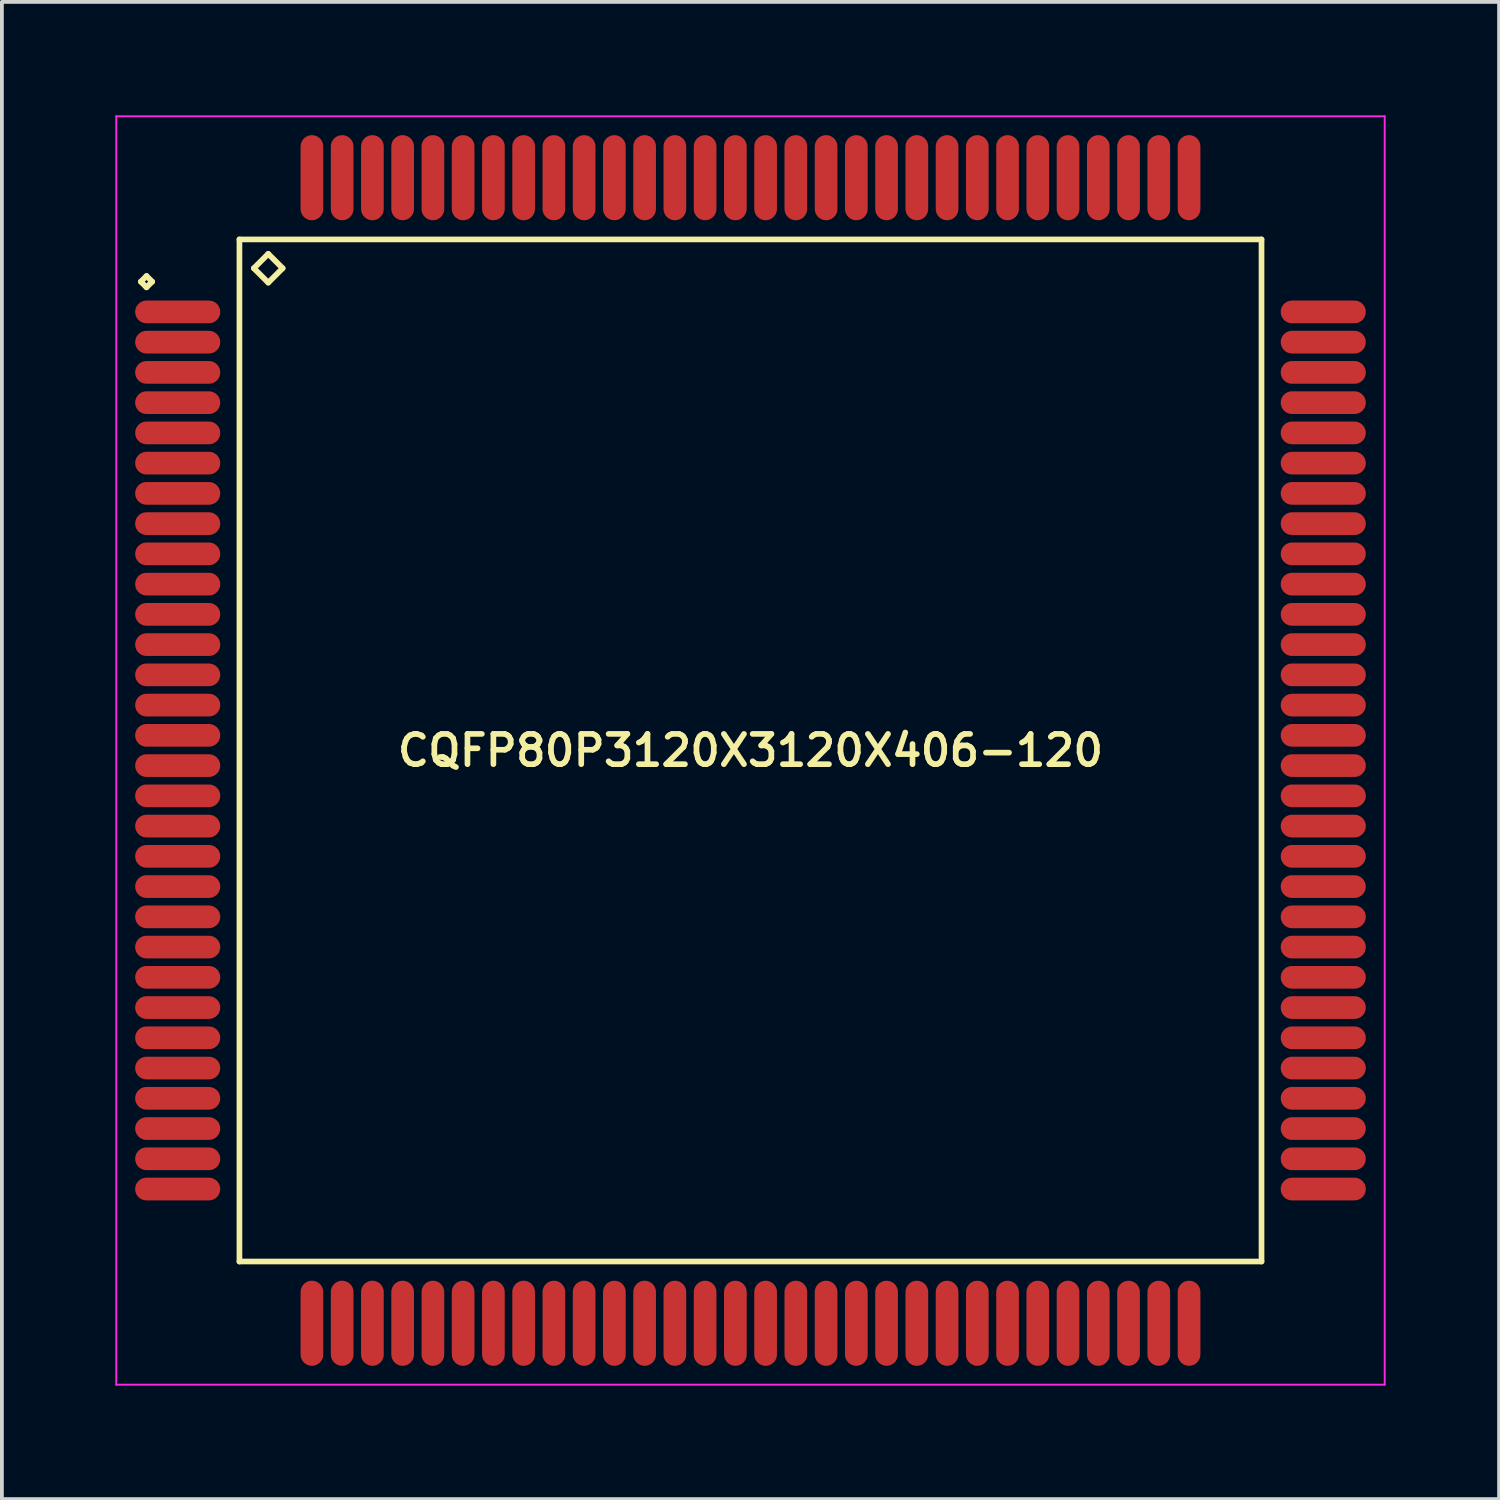
<source format=kicad_pcb>
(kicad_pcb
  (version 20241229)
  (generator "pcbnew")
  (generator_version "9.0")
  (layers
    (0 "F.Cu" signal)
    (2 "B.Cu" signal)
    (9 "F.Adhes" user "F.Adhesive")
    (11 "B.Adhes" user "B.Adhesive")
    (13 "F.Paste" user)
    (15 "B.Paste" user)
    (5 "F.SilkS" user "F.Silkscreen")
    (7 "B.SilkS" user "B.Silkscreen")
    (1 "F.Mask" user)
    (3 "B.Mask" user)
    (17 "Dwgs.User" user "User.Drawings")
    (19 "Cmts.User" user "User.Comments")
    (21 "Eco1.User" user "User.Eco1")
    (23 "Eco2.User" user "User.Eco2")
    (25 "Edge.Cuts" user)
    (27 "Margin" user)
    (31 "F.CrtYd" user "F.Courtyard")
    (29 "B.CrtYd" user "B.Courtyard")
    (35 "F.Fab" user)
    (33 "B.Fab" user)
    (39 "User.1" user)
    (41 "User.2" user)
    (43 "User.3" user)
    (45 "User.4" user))
  (footprint "CQFP80P3120X3120X406-120"
    (layer "F.Cu")
    (at 16.8 16.8)
    (property "Reference" "CQFP80P3120X3120X406-120" (at 0 0 0) (layer "F.SilkS") (effects (font (size 0.8 0.8) (thickness 0.15))))
    (attr smd)
    (fp_line (start -16.125 -12.4) (end -15.975 -12.55) (stroke (width 0.15) (type solid)) (layer "F.SilkS"))
    (fp_line (start -15.975 -12.55) (end -15.825 -12.4) (stroke (width 0.15) (type solid)) (layer "F.SilkS"))
    (fp_line (start -15.975 -12.25) (end -16.125 -12.4) (stroke (width 0.15) (type solid)) (layer "F.SilkS"))
    (fp_line (start -15.825 -12.4) (end -15.975 -12.25) (stroke (width 0.15) (type solid)) (layer "F.SilkS"))
    (fp_line (start -13.517 -13.517) (end -13.517 13.517) (stroke (width 0.15) (type solid)) (layer "F.SilkS"))
    (fp_line (start -13.517 13.517) (end 13.517 13.517) (stroke (width 0.15) (type solid)) (layer "F.SilkS"))
    (fp_line (start -13.136 -12.755) (end -12.755 -13.136) (stroke (width 0.15) (type solid)) (layer "F.SilkS"))
    (fp_line (start -12.755 -13.136) (end -12.374 -12.755) (stroke (width 0.15) (type solid)) (layer "F.SilkS"))
    (fp_line (start -12.755 -12.374) (end -13.136 -12.755) (stroke (width 0.15) (type solid)) (layer "F.SilkS"))
    (fp_line (start -12.374 -12.755) (end -12.755 -12.374) (stroke (width 0.15) (type solid)) (layer "F.SilkS"))
    (fp_line (start 13.517 -13.517) (end -13.517 -13.517) (stroke (width 0.15) (type solid)) (layer "F.SilkS"))
    (fp_line (start 13.517 13.517) (end 13.517 -13.517) (stroke (width 0.15) (type solid)) (layer "F.SilkS"))
    (fp_line (start -16.775 -16.775) (end 16.775 -16.775) (stroke (width 0.05) (type solid)) (layer "F.CrtYd"))
    (fp_line (start -16.775 16.775) (end -16.775 -16.775) (stroke (width 0.05) (type solid)) (layer "F.CrtYd"))
    (fp_line (start 16.775 -16.775) (end 16.775 16.775) (stroke (width 0.05) (type solid)) (layer "F.CrtYd"))
    (fp_line (start 16.775 16.775) (end -16.775 16.775) (stroke (width 0.05) (type solid)) (layer "F.CrtYd"))
    (pad "1" smd oval (at -15.15 -11.6) (size 2.25 0.6) (layers "F.Cu" "F.Mask" "F.Paste"))
    (pad "2" smd oval (at -15.15 -10.8) (size 2.25 0.6) (layers "F.Cu" "F.Mask" "F.Paste"))
    (pad "3" smd oval (at -15.15 -10) (size 2.25 0.6) (layers "F.Cu" "F.Mask" "F.Paste"))
    (pad "4" smd oval (at -15.15 -9.2) (size 2.25 0.6) (layers "F.Cu" "F.Mask" "F.Paste"))
    (pad "5" smd oval (at -15.15 -8.4) (size 2.25 0.6) (layers "F.Cu" "F.Mask" "F.Paste"))
    (pad "6" smd oval (at -15.15 -7.6) (size 2.25 0.6) (layers "F.Cu" "F.Mask" "F.Paste"))
    (pad "7" smd oval (at -15.15 -6.8) (size 2.25 0.6) (layers "F.Cu" "F.Mask" "F.Paste"))
    (pad "8" smd oval (at -15.15 -6) (size 2.25 0.6) (layers "F.Cu" "F.Mask" "F.Paste"))
    (pad "9" smd oval (at -15.15 -5.2) (size 2.25 0.6) (layers "F.Cu" "F.Mask" "F.Paste"))
    (pad "10" smd oval (at -15.15 -4.4) (size 2.25 0.6) (layers "F.Cu" "F.Mask" "F.Paste"))
    (pad "11" smd oval (at -15.15 -3.6) (size 2.25 0.6) (layers "F.Cu" "F.Mask" "F.Paste"))
    (pad "12" smd oval (at -15.15 -2.8) (size 2.25 0.6) (layers "F.Cu" "F.Mask" "F.Paste"))
    (pad "13" smd oval (at -15.15 -2) (size 2.25 0.6) (layers "F.Cu" "F.Mask" "F.Paste"))
    (pad "14" smd oval (at -15.15 -1.2) (size 2.25 0.6) (layers "F.Cu" "F.Mask" "F.Paste"))
    (pad "15" smd oval (at -15.15 -0.4) (size 2.25 0.6) (layers "F.Cu" "F.Mask" "F.Paste"))
    (pad "16" smd oval (at -15.15 0.4) (size 2.25 0.6) (layers "F.Cu" "F.Mask" "F.Paste"))
    (pad "17" smd oval (at -15.15 1.2) (size 2.25 0.6) (layers "F.Cu" "F.Mask" "F.Paste"))
    (pad "18" smd oval (at -15.15 2) (size 2.25 0.6) (layers "F.Cu" "F.Mask" "F.Paste"))
    (pad "19" smd oval (at -15.15 2.8) (size 2.25 0.6) (layers "F.Cu" "F.Mask" "F.Paste"))
    (pad "20" smd oval (at -15.15 3.6) (size 2.25 0.6) (layers "F.Cu" "F.Mask" "F.Paste"))
    (pad "21" smd oval (at -15.15 4.4) (size 2.25 0.6) (layers "F.Cu" "F.Mask" "F.Paste"))
    (pad "22" smd oval (at -15.15 5.2) (size 2.25 0.6) (layers "F.Cu" "F.Mask" "F.Paste"))
    (pad "23" smd oval (at -15.15 6) (size 2.25 0.6) (layers "F.Cu" "F.Mask" "F.Paste"))
    (pad "24" smd oval (at -15.15 6.8) (size 2.25 0.6) (layers "F.Cu" "F.Mask" "F.Paste"))
    (pad "25" smd oval (at -15.15 7.6) (size 2.25 0.6) (layers "F.Cu" "F.Mask" "F.Paste"))
    (pad "26" smd oval (at -15.15 8.4) (size 2.25 0.6) (layers "F.Cu" "F.Mask" "F.Paste"))
    (pad "27" smd oval (at -15.15 9.2) (size 2.25 0.6) (layers "F.Cu" "F.Mask" "F.Paste"))
    (pad "28" smd oval (at -15.15 10) (size 2.25 0.6) (layers "F.Cu" "F.Mask" "F.Paste"))
    (pad "29" smd oval (at -15.15 10.8) (size 2.25 0.6) (layers "F.Cu" "F.Mask" "F.Paste"))
    (pad "30" smd oval (at -15.15 11.6) (size 2.25 0.6) (layers "F.Cu" "F.Mask" "F.Paste"))
    (pad "31" smd oval (at -11.6 15.15) (size 0.6 2.25) (layers "F.Cu" "F.Mask" "F.Paste"))
    (pad "32" smd oval (at -10.8 15.15) (size 0.6 2.25) (layers "F.Cu" "F.Mask" "F.Paste"))
    (pad "33" smd oval (at -10 15.15) (size 0.6 2.25) (layers "F.Cu" "F.Mask" "F.Paste"))
    (pad "34" smd oval (at -9.2 15.15) (size 0.6 2.25) (layers "F.Cu" "F.Mask" "F.Paste"))
    (pad "35" smd oval (at -8.4 15.15) (size 0.6 2.25) (layers "F.Cu" "F.Mask" "F.Paste"))
    (pad "36" smd oval (at -7.6 15.15) (size 0.6 2.25) (layers "F.Cu" "F.Mask" "F.Paste"))
    (pad "37" smd oval (at -6.8 15.15) (size 0.6 2.25) (layers "F.Cu" "F.Mask" "F.Paste"))
    (pad "38" smd oval (at -6 15.15) (size 0.6 2.25) (layers "F.Cu" "F.Mask" "F.Paste"))
    (pad "39" smd oval (at -5.2 15.15) (size 0.6 2.25) (layers "F.Cu" "F.Mask" "F.Paste"))
    (pad "40" smd oval (at -4.4 15.15) (size 0.6 2.25) (layers "F.Cu" "F.Mask" "F.Paste"))
    (pad "41" smd oval (at -3.6 15.15) (size 0.6 2.25) (layers "F.Cu" "F.Mask" "F.Paste"))
    (pad "42" smd oval (at -2.8 15.15) (size 0.6 2.25) (layers "F.Cu" "F.Mask" "F.Paste"))
    (pad "43" smd oval (at -2 15.15) (size 0.6 2.25) (layers "F.Cu" "F.Mask" "F.Paste"))
    (pad "44" smd oval (at -1.2 15.15) (size 0.6 2.25) (layers "F.Cu" "F.Mask" "F.Paste"))
    (pad "45" smd oval (at -0.4 15.15) (size 0.6 2.25) (layers "F.Cu" "F.Mask" "F.Paste"))
    (pad "46" smd oval (at 0.4 15.15) (size 0.6 2.25) (layers "F.Cu" "F.Mask" "F.Paste"))
    (pad "47" smd oval (at 1.2 15.15) (size 0.6 2.25) (layers "F.Cu" "F.Mask" "F.Paste"))
    (pad "48" smd oval (at 2 15.15) (size 0.6 2.25) (layers "F.Cu" "F.Mask" "F.Paste"))
    (pad "49" smd oval (at 2.8 15.15) (size 0.6 2.25) (layers "F.Cu" "F.Mask" "F.Paste"))
    (pad "50" smd oval (at 3.6 15.15) (size 0.6 2.25) (layers "F.Cu" "F.Mask" "F.Paste"))
    (pad "51" smd oval (at 4.4 15.15) (size 0.6 2.25) (layers "F.Cu" "F.Mask" "F.Paste"))
    (pad "52" smd oval (at 5.2 15.15) (size 0.6 2.25) (layers "F.Cu" "F.Mask" "F.Paste"))
    (pad "53" smd oval (at 6 15.15) (size 0.6 2.25) (layers "F.Cu" "F.Mask" "F.Paste"))
    (pad "54" smd oval (at 6.8 15.15) (size 0.6 2.25) (layers "F.Cu" "F.Mask" "F.Paste"))
    (pad "55" smd oval (at 7.6 15.15) (size 0.6 2.25) (layers "F.Cu" "F.Mask" "F.Paste"))
    (pad "56" smd oval (at 8.4 15.15) (size 0.6 2.25) (layers "F.Cu" "F.Mask" "F.Paste"))
    (pad "57" smd oval (at 9.2 15.15) (size 0.6 2.25) (layers "F.Cu" "F.Mask" "F.Paste"))
    (pad "58" smd oval (at 10 15.15) (size 0.6 2.25) (layers "F.Cu" "F.Mask" "F.Paste"))
    (pad "59" smd oval (at 10.8 15.15) (size 0.6 2.25) (layers "F.Cu" "F.Mask" "F.Paste"))
    (pad "60" smd oval (at 11.6 15.15) (size 0.6 2.25) (layers "F.Cu" "F.Mask" "F.Paste"))
    (pad "61" smd oval (at 15.15 11.6) (size 2.25 0.6) (layers "F.Cu" "F.Mask" "F.Paste"))
    (pad "62" smd oval (at 15.15 10.8) (size 2.25 0.6) (layers "F.Cu" "F.Mask" "F.Paste"))
    (pad "63" smd oval (at 15.15 10) (size 2.25 0.6) (layers "F.Cu" "F.Mask" "F.Paste"))
    (pad "64" smd oval (at 15.15 9.2) (size 2.25 0.6) (layers "F.Cu" "F.Mask" "F.Paste"))
    (pad "65" smd oval (at 15.15 8.4) (size 2.25 0.6) (layers "F.Cu" "F.Mask" "F.Paste"))
    (pad "66" smd oval (at 15.15 7.6) (size 2.25 0.6) (layers "F.Cu" "F.Mask" "F.Paste"))
    (pad "67" smd oval (at 15.15 6.8) (size 2.25 0.6) (layers "F.Cu" "F.Mask" "F.Paste"))
    (pad "68" smd oval (at 15.15 6) (size 2.25 0.6) (layers "F.Cu" "F.Mask" "F.Paste"))
    (pad "69" smd oval (at 15.15 5.2) (size 2.25 0.6) (layers "F.Cu" "F.Mask" "F.Paste"))
    (pad "70" smd oval (at 15.15 4.4) (size 2.25 0.6) (layers "F.Cu" "F.Mask" "F.Paste"))
    (pad "71" smd oval (at 15.15 3.6) (size 2.25 0.6) (layers "F.Cu" "F.Mask" "F.Paste"))
    (pad "72" smd oval (at 15.15 2.8) (size 2.25 0.6) (layers "F.Cu" "F.Mask" "F.Paste"))
    (pad "73" smd oval (at 15.15 2) (size 2.25 0.6) (layers "F.Cu" "F.Mask" "F.Paste"))
    (pad "74" smd oval (at 15.15 1.2) (size 2.25 0.6) (layers "F.Cu" "F.Mask" "F.Paste"))
    (pad "75" smd oval (at 15.15 0.4) (size 2.25 0.6) (layers "F.Cu" "F.Mask" "F.Paste"))
    (pad "76" smd oval (at 15.15 -0.4) (size 2.25 0.6) (layers "F.Cu" "F.Mask" "F.Paste"))
    (pad "77" smd oval (at 15.15 -1.2) (size 2.25 0.6) (layers "F.Cu" "F.Mask" "F.Paste"))
    (pad "78" smd oval (at 15.15 -2) (size 2.25 0.6) (layers "F.Cu" "F.Mask" "F.Paste"))
    (pad "79" smd oval (at 15.15 -2.8) (size 2.25 0.6) (layers "F.Cu" "F.Mask" "F.Paste"))
    (pad "80" smd oval (at 15.15 -3.6) (size 2.25 0.6) (layers "F.Cu" "F.Mask" "F.Paste"))
    (pad "81" smd oval (at 15.15 -4.4) (size 2.25 0.6) (layers "F.Cu" "F.Mask" "F.Paste"))
    (pad "82" smd oval (at 15.15 -5.2) (size 2.25 0.6) (layers "F.Cu" "F.Mask" "F.Paste"))
    (pad "83" smd oval (at 15.15 -6) (size 2.25 0.6) (layers "F.Cu" "F.Mask" "F.Paste"))
    (pad "84" smd oval (at 15.15 -6.8) (size 2.25 0.6) (layers "F.Cu" "F.Mask" "F.Paste"))
    (pad "85" smd oval (at 15.15 -7.6) (size 2.25 0.6) (layers "F.Cu" "F.Mask" "F.Paste"))
    (pad "86" smd oval (at 15.15 -8.4) (size 2.25 0.6) (layers "F.Cu" "F.Mask" "F.Paste"))
    (pad "87" smd oval (at 15.15 -9.2) (size 2.25 0.6) (layers "F.Cu" "F.Mask" "F.Paste"))
    (pad "88" smd oval (at 15.15 -10) (size 2.25 0.6) (layers "F.Cu" "F.Mask" "F.Paste"))
    (pad "89" smd oval (at 15.15 -10.8) (size 2.25 0.6) (layers "F.Cu" "F.Mask" "F.Paste"))
    (pad "90" smd oval (at 15.15 -11.6) (size 2.25 0.6) (layers "F.Cu" "F.Mask" "F.Paste"))
    (pad "91" smd oval (at 11.6 -15.15) (size 0.6 2.25) (layers "F.Cu" "F.Mask" "F.Paste"))
    (pad "92" smd oval (at 10.8 -15.15) (size 0.6 2.25) (layers "F.Cu" "F.Mask" "F.Paste"))
    (pad "93" smd oval (at 10 -15.15) (size 0.6 2.25) (layers "F.Cu" "F.Mask" "F.Paste"))
    (pad "94" smd oval (at 9.2 -15.15) (size 0.6 2.25) (layers "F.Cu" "F.Mask" "F.Paste"))
    (pad "95" smd oval (at 8.4 -15.15) (size 0.6 2.25) (layers "F.Cu" "F.Mask" "F.Paste"))
    (pad "96" smd oval (at 7.6 -15.15) (size 0.6 2.25) (layers "F.Cu" "F.Mask" "F.Paste"))
    (pad "97" smd oval (at 6.8 -15.15) (size 0.6 2.25) (layers "F.Cu" "F.Mask" "F.Paste"))
    (pad "98" smd oval (at 6 -15.15) (size 0.6 2.25) (layers "F.Cu" "F.Mask" "F.Paste"))
    (pad "99" smd oval (at 5.2 -15.15) (size 0.6 2.25) (layers "F.Cu" "F.Mask" "F.Paste"))
    (pad "100" smd oval (at 4.4 -15.15) (size 0.6 2.25) (layers "F.Cu" "F.Mask" "F.Paste"))
    (pad "101" smd oval (at 3.6 -15.15) (size 0.6 2.25) (layers "F.Cu" "F.Mask" "F.Paste"))
    (pad "102" smd oval (at 2.8 -15.15) (size 0.6 2.25) (layers "F.Cu" "F.Mask" "F.Paste"))
    (pad "103" smd oval (at 2 -15.15) (size 0.6 2.25) (layers "F.Cu" "F.Mask" "F.Paste"))
    (pad "104" smd oval (at 1.2 -15.15) (size 0.6 2.25) (layers "F.Cu" "F.Mask" "F.Paste"))
    (pad "105" smd oval (at 0.4 -15.15) (size 0.6 2.25) (layers "F.Cu" "F.Mask" "F.Paste"))
    (pad "106" smd oval (at -0.4 -15.15) (size 0.6 2.25) (layers "F.Cu" "F.Mask" "F.Paste"))
    (pad "107" smd oval (at -1.2 -15.15) (size 0.6 2.25) (layers "F.Cu" "F.Mask" "F.Paste"))
    (pad "108" smd oval (at -2 -15.15) (size 0.6 2.25) (layers "F.Cu" "F.Mask" "F.Paste"))
    (pad "109" smd oval (at -2.8 -15.15) (size 0.6 2.25) (layers "F.Cu" "F.Mask" "F.Paste"))
    (pad "110" smd oval (at -3.6 -15.15) (size 0.6 2.25) (layers "F.Cu" "F.Mask" "F.Paste"))
    (pad "111" smd oval (at -4.4 -15.15) (size 0.6 2.25) (layers "F.Cu" "F.Mask" "F.Paste"))
    (pad "112" smd oval (at -5.2 -15.15) (size 0.6 2.25) (layers "F.Cu" "F.Mask" "F.Paste"))
    (pad "113" smd oval (at -6 -15.15) (size 0.6 2.25) (layers "F.Cu" "F.Mask" "F.Paste"))
    (pad "114" smd oval (at -6.8 -15.15) (size 0.6 2.25) (layers "F.Cu" "F.Mask" "F.Paste"))
    (pad "115" smd oval (at -7.6 -15.15) (size 0.6 2.25) (layers "F.Cu" "F.Mask" "F.Paste"))
    (pad "116" smd oval (at -8.4 -15.15) (size 0.6 2.25) (layers "F.Cu" "F.Mask" "F.Paste"))
    (pad "117" smd oval (at -9.2 -15.15) (size 0.6 2.25) (layers "F.Cu" "F.Mask" "F.Paste"))
    (pad "118" smd oval (at -10 -15.15) (size 0.6 2.25) (layers "F.Cu" "F.Mask" "F.Paste"))
    (pad "119" smd oval (at -10.8 -15.15) (size 0.6 2.25) (layers "F.Cu" "F.Mask" "F.Paste"))
    (pad "120" smd oval (at -11.6 -15.15) (size 0.6 2.25) (layers "F.Cu" "F.Mask" "F.Paste")))
  (gr_rect
    (start -3 -3)
    (end 36.6 36.6)
    (stroke (width 0.1) (type default))
    (fill no)
    (layer "Edge.Cuts")))
</source>
